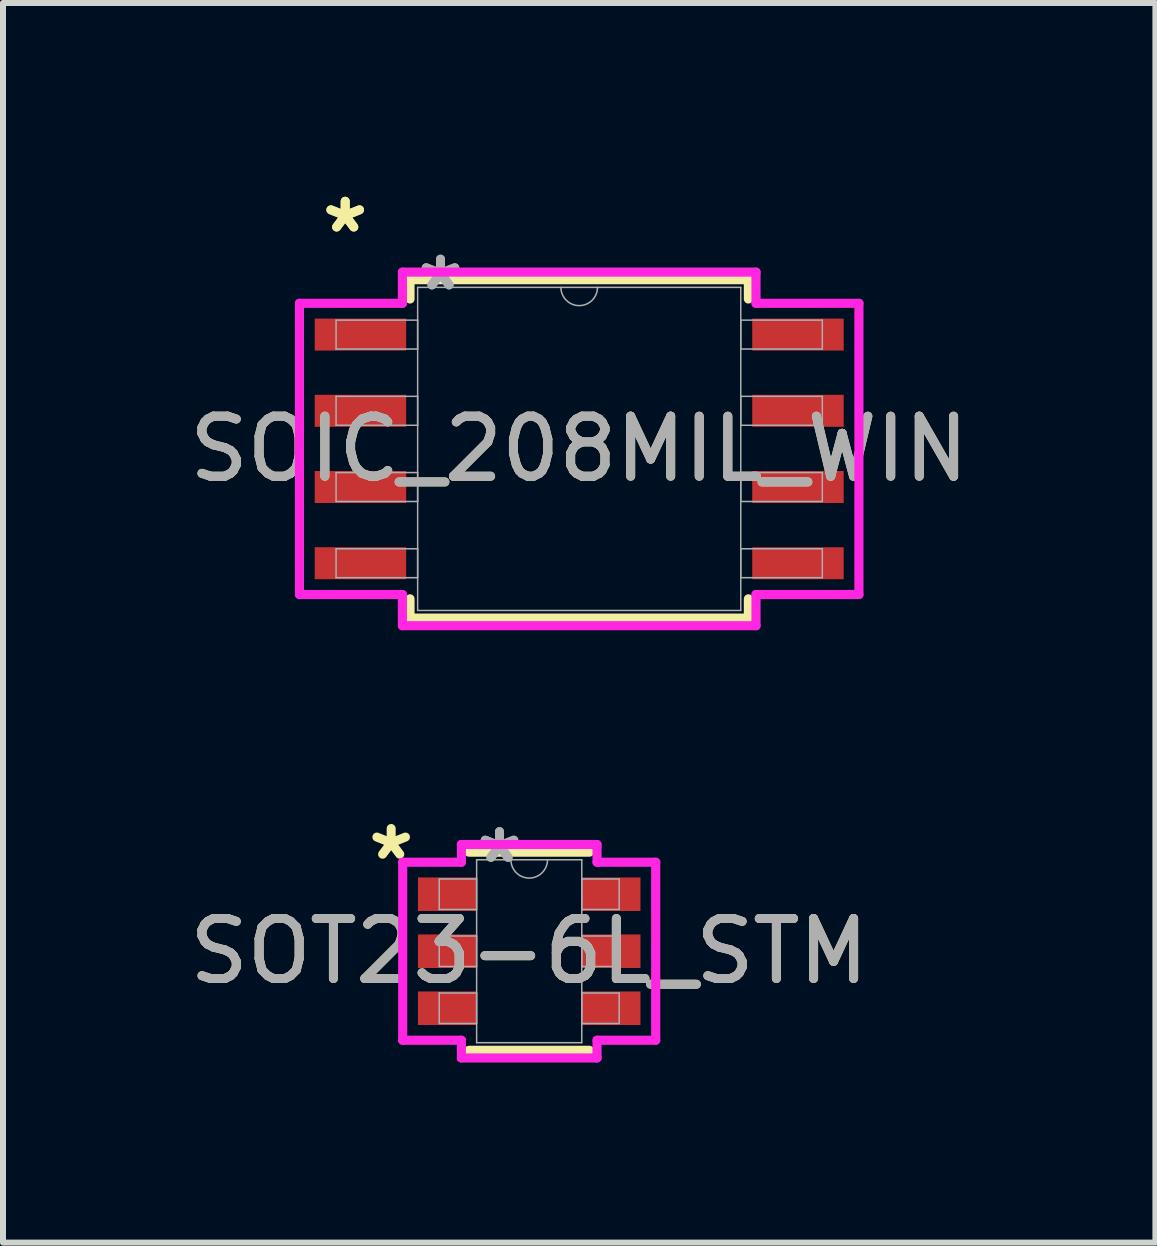
<source format=kicad_pcb>
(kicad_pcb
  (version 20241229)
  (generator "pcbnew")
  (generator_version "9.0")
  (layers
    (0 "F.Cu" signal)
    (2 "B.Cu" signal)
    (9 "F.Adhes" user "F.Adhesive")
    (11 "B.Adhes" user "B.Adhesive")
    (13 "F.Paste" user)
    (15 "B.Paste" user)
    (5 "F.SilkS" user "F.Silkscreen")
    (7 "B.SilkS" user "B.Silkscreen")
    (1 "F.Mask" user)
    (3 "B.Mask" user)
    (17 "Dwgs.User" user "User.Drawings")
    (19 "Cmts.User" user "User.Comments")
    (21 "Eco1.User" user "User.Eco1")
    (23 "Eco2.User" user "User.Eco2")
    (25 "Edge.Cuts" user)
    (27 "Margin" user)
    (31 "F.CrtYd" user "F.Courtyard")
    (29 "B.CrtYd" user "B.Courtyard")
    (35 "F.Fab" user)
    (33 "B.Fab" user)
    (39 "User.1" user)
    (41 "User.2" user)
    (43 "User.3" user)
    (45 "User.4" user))
  (footprint "SOT23-6L_STM"
    (layer "F.Cu")
    (at 5.768 12.8)
    (property "Reference" "SOT23-6L_STM" (at 0 0 0) (unlocked yes) (layer "F.SilkS") (effects (font (size 1 1) (thickness 0.15))))
    (attr smd)
    (fp_line (start -1.003 1.651) (end 1.003 1.651) (stroke (width 0.152) (type solid)) (layer "F.SilkS"))
    (fp_line (start 1.003 -1.651) (end -1.003 -1.651) (stroke (width 0.152) (type solid)) (layer "F.SilkS"))
    (fp_line (start -2.108 -1.483) (end -1.13 -1.483) (stroke (width 0.152) (type solid)) (layer "F.CrtYd"))
    (fp_line (start -2.108 1.483) (end -2.108 -1.483) (stroke (width 0.152) (type solid)) (layer "F.CrtYd"))
    (fp_line (start -2.108 1.483) (end -1.13 1.483) (stroke (width 0.152) (type solid)) (layer "F.CrtYd"))
    (fp_line (start -1.13 -1.778) (end 1.13 -1.778) (stroke (width 0.152) (type solid)) (layer "F.CrtYd"))
    (fp_line (start -1.13 -1.483) (end -1.13 -1.778) (stroke (width 0.152) (type solid)) (layer "F.CrtYd"))
    (fp_line (start -1.13 1.778) (end -1.13 1.483) (stroke (width 0.152) (type solid)) (layer "F.CrtYd"))
    (fp_line (start 1.13 -1.778) (end 1.13 -1.483) (stroke (width 0.152) (type solid)) (layer "F.CrtYd"))
    (fp_line (start 1.13 1.483) (end 1.13 1.778) (stroke (width 0.152) (type solid)) (layer "F.CrtYd"))
    (fp_line (start 1.13 1.778) (end -1.13 1.778) (stroke (width 0.152) (type solid)) (layer "F.CrtYd"))
    (fp_line (start 2.108 -1.483) (end 1.13 -1.483) (stroke (width 0.152) (type solid)) (layer "F.CrtYd"))
    (fp_line (start 2.108 -1.483) (end 2.108 1.483) (stroke (width 0.152) (type solid)) (layer "F.CrtYd"))
    (fp_line (start 2.108 1.483) (end 1.13 1.483) (stroke (width 0.152) (type solid)) (layer "F.CrtYd"))
    (fp_line (start -1.499 -1.204) (end -1.499 -0.696) (stroke (width 0.025) (type solid)) (layer "F.Fab"))
    (fp_line (start -1.499 -0.696) (end -0.876 -0.696) (stroke (width 0.025) (type solid)) (layer "F.Fab"))
    (fp_line (start -1.499 -0.254) (end -1.499 0.254) (stroke (width 0.025) (type solid)) (layer "F.Fab"))
    (fp_line (start -1.499 0.254) (end -0.876 0.254) (stroke (width 0.025) (type solid)) (layer "F.Fab"))
    (fp_line (start -1.499 0.696) (end -1.499 1.204) (stroke (width 0.025) (type solid)) (layer "F.Fab"))
    (fp_line (start -1.499 1.204) (end -0.876 1.204) (stroke (width 0.025) (type solid)) (layer "F.Fab"))
    (fp_line (start -0.876 -1.524) (end -0.876 1.524) (stroke (width 0.025) (type solid)) (layer "F.Fab"))
    (fp_line (start -0.876 -1.204) (end -1.499 -1.204) (stroke (width 0.025) (type solid)) (layer "F.Fab"))
    (fp_line (start -0.876 -0.696) (end -0.876 -1.204) (stroke (width 0.025) (type solid)) (layer "F.Fab"))
    (fp_line (start -0.876 -0.254) (end -1.499 -0.254) (stroke (width 0.025) (type solid)) (layer "F.Fab"))
    (fp_line (start -0.876 0.254) (end -0.876 -0.254) (stroke (width 0.025) (type solid)) (layer "F.Fab"))
    (fp_line (start -0.876 0.696) (end -1.499 0.696) (stroke (width 0.025) (type solid)) (layer "F.Fab"))
    (fp_line (start -0.876 1.204) (end -0.876 0.696) (stroke (width 0.025) (type solid)) (layer "F.Fab"))
    (fp_line (start -0.876 1.524) (end 0.876 1.524) (stroke (width 0.025) (type solid)) (layer "F.Fab"))
    (fp_line (start 0.876 -1.524) (end -0.876 -1.524) (stroke (width 0.025) (type solid)) (layer "F.Fab"))
    (fp_line (start 0.876 -1.204) (end 0.876 -0.696) (stroke (width 0.025) (type solid)) (layer "F.Fab"))
    (fp_line (start 0.876 -0.696) (end 1.499 -0.696) (stroke (width 0.025) (type solid)) (layer "F.Fab"))
    (fp_line (start 0.876 -0.254) (end 0.876 0.254) (stroke (width 0.025) (type solid)) (layer "F.Fab"))
    (fp_line (start 0.876 0.254) (end 1.499 0.254) (stroke (width 0.025) (type solid)) (layer "F.Fab"))
    (fp_line (start 0.876 0.696) (end 0.876 1.204) (stroke (width 0.025) (type solid)) (layer "F.Fab"))
    (fp_line (start 0.876 1.204) (end 1.499 1.204) (stroke (width 0.025) (type solid)) (layer "F.Fab"))
    (fp_line (start 0.876 1.524) (end 0.876 -1.524) (stroke (width 0.025) (type solid)) (layer "F.Fab"))
    (fp_line (start 1.499 -1.204) (end 0.876 -1.204) (stroke (width 0.025) (type solid)) (layer "F.Fab"))
    (fp_line (start 1.499 -0.696) (end 1.499 -1.204) (stroke (width 0.025) (type solid)) (layer "F.Fab"))
    (fp_line (start 1.499 -0.254) (end 0.876 -0.254) (stroke (width 0.025) (type solid)) (layer "F.Fab"))
    (fp_line (start 1.499 0.254) (end 1.499 -0.254) (stroke (width 0.025) (type solid)) (layer "F.Fab"))
    (fp_line (start 1.499 0.696) (end 0.876 0.696) (stroke (width 0.025) (type solid)) (layer "F.Fab"))
    (fp_line (start 1.499 1.204) (end 1.499 0.696) (stroke (width 0.025) (type solid)) (layer "F.Fab"))
    (fp_arc (start 0.3048 -1.524) (mid 0 -1.2192) (end -0.3048 -1.524) (stroke (width 0.0254) (type solid)) (layer "F.Fab"))
    (fp_text user "*" (at -2.3 -1.5 0) (layer "F.SilkS") (effects (font (size 1 1) (thickness 0.15))))
    (fp_text user "*" (at -0.495 -1.448 0) (layer "F.Fab") (effects (font (size 1 1) (thickness 0.15))))
    (fp_text user "*" (at -0.495 -1.448 0) (unlocked yes) (layer "F.Fab") (effects (font (size 1 1) (thickness 0.15))))
    (fp_text user "${REFERENCE}" (at 0 0 0) (unlocked yes) (layer "F.Fab") (effects (font (size 1 1) (thickness 0.15))))
    (pad "1" smd rect (at -1.365 -0.95) (size 0.978 0.559) (layers "F.Cu" "F.Mask" "F.Paste"))
    (pad "2" smd rect (at -1.365 0) (size 0.978 0.559) (layers "F.Cu" "F.Mask" "F.Paste"))
    (pad "3" smd rect (at -1.365 0.95) (size 0.978 0.559) (layers "F.Cu" "F.Mask" "F.Paste"))
    (pad "4" smd rect (at 1.365 0.95) (size 0.978 0.559) (layers "F.Cu" "F.Mask" "F.Paste"))
    (pad "5" smd rect (at 1.365 0) (size 0.978 0.559) (layers "F.Cu" "F.Mask" "F.Paste"))
    (pad "6" smd rect (at 1.365 -0.95) (size 0.978 0.559) (layers "F.Cu" "F.Mask" "F.Paste")))
  (footprint "SOIC_208MIL_WIN"
    (layer "F.Cu")
    (at 6.601 4.43)
    (property "Reference" "SOIC_208MIL_WIN" (at 0 0 0) (unlocked yes) (layer "F.SilkS") (effects (font (size 1 1) (thickness 0.15))))
    (attr smd)
    (fp_line (start -2.819 -2.819) (end -2.819 -2.498) (stroke (width 0.152) (type solid)) (layer "F.SilkS"))
    (fp_line (start -2.819 2.498) (end -2.819 2.819) (stroke (width 0.152) (type solid)) (layer "F.SilkS"))
    (fp_line (start -2.819 2.819) (end 2.819 2.819) (stroke (width 0.152) (type solid)) (layer "F.SilkS"))
    (fp_line (start 2.819 -2.819) (end -2.819 -2.819) (stroke (width 0.152) (type solid)) (layer "F.SilkS"))
    (fp_line (start 2.819 -2.498) (end 2.819 -2.819) (stroke (width 0.152) (type solid)) (layer "F.SilkS"))
    (fp_line (start 2.819 2.819) (end 2.819 2.498) (stroke (width 0.152) (type solid)) (layer "F.SilkS"))
    (fp_line (start -4.661 -2.426) (end -2.946 -2.426) (stroke (width 0.152) (type solid)) (layer "F.CrtYd"))
    (fp_line (start -4.661 2.426) (end -4.661 -2.426) (stroke (width 0.152) (type solid)) (layer "F.CrtYd"))
    (fp_line (start -4.661 2.426) (end -2.946 2.426) (stroke (width 0.152) (type solid)) (layer "F.CrtYd"))
    (fp_line (start -2.946 -2.946) (end 2.946 -2.946) (stroke (width 0.152) (type solid)) (layer "F.CrtYd"))
    (fp_line (start -2.946 -2.426) (end -2.946 -2.946) (stroke (width 0.152) (type solid)) (layer "F.CrtYd"))
    (fp_line (start -2.946 2.946) (end -2.946 2.426) (stroke (width 0.152) (type solid)) (layer "F.CrtYd"))
    (fp_line (start 2.946 -2.946) (end 2.946 -2.426) (stroke (width 0.152) (type solid)) (layer "F.CrtYd"))
    (fp_line (start 2.946 2.426) (end 2.946 2.946) (stroke (width 0.152) (type solid)) (layer "F.CrtYd"))
    (fp_line (start 2.946 2.946) (end -2.946 2.946) (stroke (width 0.152) (type solid)) (layer "F.CrtYd"))
    (fp_line (start 4.661 -2.426) (end 2.946 -2.426) (stroke (width 0.152) (type solid)) (layer "F.CrtYd"))
    (fp_line (start 4.661 -2.426) (end 4.661 2.426) (stroke (width 0.152) (type solid)) (layer "F.CrtYd"))
    (fp_line (start 4.661 2.426) (end 2.946 2.426) (stroke (width 0.152) (type solid)) (layer "F.CrtYd"))
    (fp_line (start -4.051 -2.146) (end -4.051 -1.664) (stroke (width 0.025) (type solid)) (layer "F.Fab"))
    (fp_line (start -4.051 -1.664) (end -2.692 -1.664) (stroke (width 0.025) (type solid)) (layer "F.Fab"))
    (fp_line (start -4.051 -0.876) (end -4.051 -0.394) (stroke (width 0.025) (type solid)) (layer "F.Fab"))
    (fp_line (start -4.051 -0.394) (end -2.692 -0.394) (stroke (width 0.025) (type solid)) (layer "F.Fab"))
    (fp_line (start -4.051 0.394) (end -4.051 0.876) (stroke (width 0.025) (type solid)) (layer "F.Fab"))
    (fp_line (start -4.051 0.876) (end -2.692 0.876) (stroke (width 0.025) (type solid)) (layer "F.Fab"))
    (fp_line (start -4.051 1.664) (end -4.051 2.146) (stroke (width 0.025) (type solid)) (layer "F.Fab"))
    (fp_line (start -4.051 2.146) (end -2.692 2.146) (stroke (width 0.025) (type solid)) (layer "F.Fab"))
    (fp_line (start -2.692 -2.692) (end -2.692 2.692) (stroke (width 0.025) (type solid)) (layer "F.Fab"))
    (fp_line (start -2.692 -2.146) (end -4.051 -2.146) (stroke (width 0.025) (type solid)) (layer "F.Fab"))
    (fp_line (start -2.692 -1.664) (end -2.692 -2.146) (stroke (width 0.025) (type solid)) (layer "F.Fab"))
    (fp_line (start -2.692 -0.876) (end -4.051 -0.876) (stroke (width 0.025) (type solid)) (layer "F.Fab"))
    (fp_line (start -2.692 -0.394) (end -2.692 -0.876) (stroke (width 0.025) (type solid)) (layer "F.Fab"))
    (fp_line (start -2.692 0.394) (end -4.051 0.394) (stroke (width 0.025) (type solid)) (layer "F.Fab"))
    (fp_line (start -2.692 0.876) (end -2.692 0.394) (stroke (width 0.025) (type solid)) (layer "F.Fab"))
    (fp_line (start -2.692 1.664) (end -4.051 1.664) (stroke (width 0.025) (type solid)) (layer "F.Fab"))
    (fp_line (start -2.692 2.146) (end -2.692 1.664) (stroke (width 0.025) (type solid)) (layer "F.Fab"))
    (fp_line (start -2.692 2.692) (end 2.692 2.692) (stroke (width 0.025) (type solid)) (layer "F.Fab"))
    (fp_line (start 2.692 -2.692) (end -2.692 -2.692) (stroke (width 0.025) (type solid)) (layer "F.Fab"))
    (fp_line (start 2.692 -2.146) (end 2.692 -1.664) (stroke (width 0.025) (type solid)) (layer "F.Fab"))
    (fp_line (start 2.692 -1.664) (end 4.051 -1.664) (stroke (width 0.025) (type solid)) (layer "F.Fab"))
    (fp_line (start 2.692 -0.876) (end 2.692 -0.394) (stroke (width 0.025) (type solid)) (layer "F.Fab"))
    (fp_line (start 2.692 -0.394) (end 4.051 -0.394) (stroke (width 0.025) (type solid)) (layer "F.Fab"))
    (fp_line (start 2.692 0.394) (end 2.692 0.876) (stroke (width 0.025) (type solid)) (layer "F.Fab"))
    (fp_line (start 2.692 0.876) (end 4.051 0.876) (stroke (width 0.025) (type solid)) (layer "F.Fab"))
    (fp_line (start 2.692 1.664) (end 2.692 2.146) (stroke (width 0.025) (type solid)) (layer "F.Fab"))
    (fp_line (start 2.692 2.146) (end 4.051 2.146) (stroke (width 0.025) (type solid)) (layer "F.Fab"))
    (fp_line (start 2.692 2.692) (end 2.692 -2.692) (stroke (width 0.025) (type solid)) (layer "F.Fab"))
    (fp_line (start 4.051 -2.146) (end 2.692 -2.146) (stroke (width 0.025) (type solid)) (layer "F.Fab"))
    (fp_line (start 4.051 -1.664) (end 4.051 -2.146) (stroke (width 0.025) (type solid)) (layer "F.Fab"))
    (fp_line (start 4.051 -0.876) (end 2.692 -0.876) (stroke (width 0.025) (type solid)) (layer "F.Fab"))
    (fp_line (start 4.051 -0.394) (end 4.051 -0.876) (stroke (width 0.025) (type solid)) (layer "F.Fab"))
    (fp_line (start 4.051 0.394) (end 2.692 0.394) (stroke (width 0.025) (type solid)) (layer "F.Fab"))
    (fp_line (start 4.051 0.876) (end 4.051 0.394) (stroke (width 0.025) (type solid)) (layer "F.Fab"))
    (fp_line (start 4.051 1.664) (end 2.692 1.664) (stroke (width 0.025) (type solid)) (layer "F.Fab"))
    (fp_line (start 4.051 2.146) (end 4.051 1.664) (stroke (width 0.025) (type solid)) (layer "F.Fab"))
    (fp_arc (start 0.3048 -2.6924) (mid 0 -2.3876) (end -0.3048 -2.6924) (stroke (width 0.0254) (type solid)) (layer "F.Fab"))
    (fp_text user "*" (at -3.899 -3.581 0) (unlocked yes) (layer "F.SilkS") (effects (font (size 1 1) (thickness 0.15))))
    (fp_text user "*" (at -3.899 -3.581 0) (layer "F.SilkS") (effects (font (size 1 1) (thickness 0.15))))
    (fp_text user "*" (at -2.311 -2.616 0) (layer "F.Fab") (effects (font (size 1 1) (thickness 0.15))))
    (fp_text user "${REFERENCE}" (at 0 0 0) (unlocked yes) (layer "F.Fab") (effects (font (size 1 1) (thickness 0.15))))
    (fp_text user "*" (at -2.311 -2.616 0) (unlocked yes) (layer "F.Fab") (effects (font (size 1 1) (thickness 0.15))))
    (pad "1" smd rect (at -3.645 -1.905) (size 1.524 0.533) (layers "F.Cu" "F.Mask" "F.Paste"))
    (pad "2" smd rect (at -3.645 -0.635) (size 1.524 0.533) (layers "F.Cu" "F.Mask" "F.Paste"))
    (pad "3" smd rect (at -3.645 0.635) (size 1.524 0.533) (layers "F.Cu" "F.Mask" "F.Paste"))
    (pad "4" smd rect (at -3.645 1.905) (size 1.524 0.533) (layers "F.Cu" "F.Mask" "F.Paste"))
    (pad "5" smd rect (at 3.645 1.905) (size 1.524 0.533) (layers "F.Cu" "F.Mask" "F.Paste"))
    (pad "6" smd rect (at 3.645 0.635) (size 1.524 0.533) (layers "F.Cu" "F.Mask" "F.Paste"))
    (pad "7" smd rect (at 3.645 -0.635) (size 1.524 0.533) (layers "F.Cu" "F.Mask" "F.Paste"))
    (pad "8" smd rect (at 3.645 -1.905) (size 1.524 0.533) (layers "F.Cu" "F.Mask" "F.Paste")))
  (gr_rect
    (start -3 -3)
    (end 16.202 17.655)
    (stroke (width 0.1) (type default))
    (fill no)
    (layer "Edge.Cuts")))
</source>
